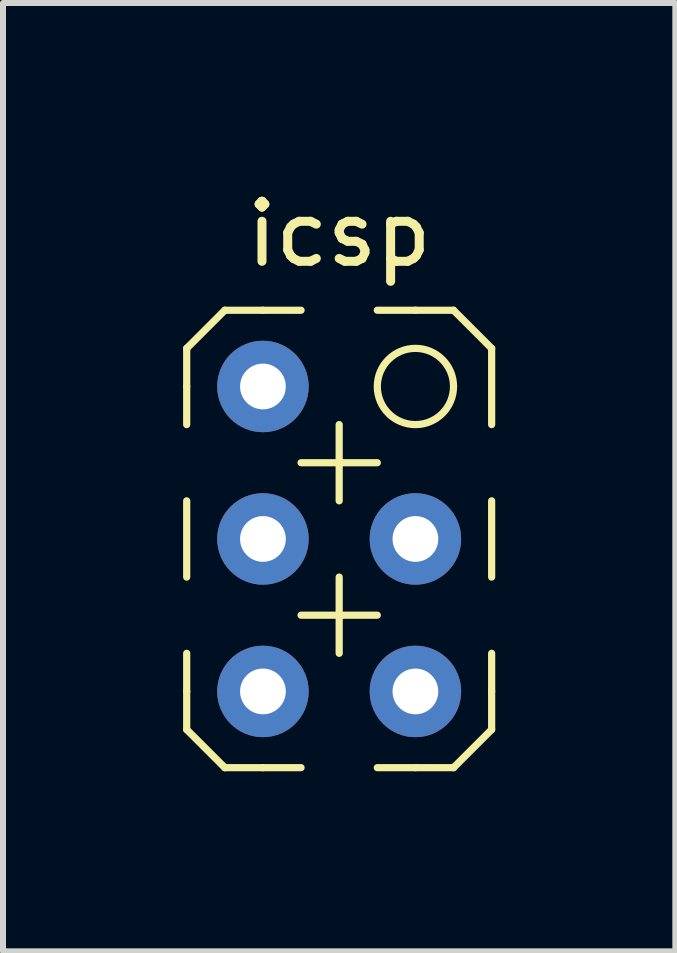
<source format=kicad_pcb>
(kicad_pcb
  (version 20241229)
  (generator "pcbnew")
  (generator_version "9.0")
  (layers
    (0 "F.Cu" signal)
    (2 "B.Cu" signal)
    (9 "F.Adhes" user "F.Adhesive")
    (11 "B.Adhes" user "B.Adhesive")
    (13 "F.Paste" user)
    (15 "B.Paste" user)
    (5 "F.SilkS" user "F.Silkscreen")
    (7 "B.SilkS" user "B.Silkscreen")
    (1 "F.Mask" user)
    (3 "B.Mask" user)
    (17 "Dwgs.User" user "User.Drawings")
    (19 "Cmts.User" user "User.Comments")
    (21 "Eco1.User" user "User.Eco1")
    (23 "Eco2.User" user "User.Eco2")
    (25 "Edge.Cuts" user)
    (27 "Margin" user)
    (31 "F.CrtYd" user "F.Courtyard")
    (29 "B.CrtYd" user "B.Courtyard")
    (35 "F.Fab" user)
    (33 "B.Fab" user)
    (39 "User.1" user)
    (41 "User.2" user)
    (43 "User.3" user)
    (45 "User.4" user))
  (footprint "icsp"
    (layer "F.Cu")
    (at 2.6 5.928)
    (property "Reference" "icsp" (at 0 -5.08 0) (layer "F.SilkS") (effects (font (size 1 1) (thickness 0.15))))
    (attr through_hole)
    (fp_line (start -2.54 -3.175) (end -2.54 -2.54) (stroke (width 0.12) (type solid)) (layer "F.SilkS"))
    (fp_line (start -2.54 -2.54) (end -2.54 -1.905) (stroke (width 0.12) (type solid)) (layer "F.SilkS"))
    (fp_line (start -2.54 -0.635) (end -2.54 0.635) (stroke (width 0.12) (type solid)) (layer "F.SilkS"))
    (fp_line (start -2.54 2.54) (end -2.54 1.905) (stroke (width 0.12) (type solid)) (layer "F.SilkS"))
    (fp_line (start -2.54 2.54) (end -2.54 3.175) (stroke (width 0.12) (type solid)) (layer "F.SilkS"))
    (fp_line (start -2.54 3.175) (end -1.905 3.81) (stroke (width 0.12) (type solid)) (layer "F.SilkS"))
    (fp_line (start -1.905 -3.81) (end -2.54 -3.175) (stroke (width 0.12) (type solid)) (layer "F.SilkS"))
    (fp_line (start -1.905 3.81) (end -1.27 3.81) (stroke (width 0.12) (type solid)) (layer "F.SilkS"))
    (fp_line (start -1.27 -3.81) (end -1.905 -3.81) (stroke (width 0.12) (type solid)) (layer "F.SilkS"))
    (fp_line (start -1.27 -3.81) (end -0.635 -3.81) (stroke (width 0.12) (type solid)) (layer "F.SilkS"))
    (fp_line (start -1.27 3.81) (end -0.635 3.81) (stroke (width 0.12) (type solid)) (layer "F.SilkS"))
    (fp_line (start -0.635 -1.27) (end 0.635 -1.27) (stroke (width 0.12) (type solid)) (layer "F.SilkS"))
    (fp_line (start -0.635 1.27) (end 0.635 1.27) (stroke (width 0.12) (type solid)) (layer "F.SilkS"))
    (fp_line (start 0 -1.905) (end 0 -1.27) (stroke (width 0.12) (type solid)) (layer "F.SilkS"))
    (fp_line (start 0 -1.27) (end 0 -0.635) (stroke (width 0.12) (type solid)) (layer "F.SilkS"))
    (fp_line (start 0 0.635) (end 0 1.905) (stroke (width 0.12) (type solid)) (layer "F.SilkS"))
    (fp_line (start 1.27 -3.81) (end 0.635 -3.81) (stroke (width 0.12) (type solid)) (layer "F.SilkS"))
    (fp_line (start 1.27 -3.81) (end 1.905 -3.81) (stroke (width 0.12) (type solid)) (layer "F.SilkS"))
    (fp_line (start 1.27 3.81) (end 0.635 3.81) (stroke (width 0.12) (type solid)) (layer "F.SilkS"))
    (fp_line (start 1.27 3.81) (end 1.905 3.81) (stroke (width 0.12) (type solid)) (layer "F.SilkS"))
    (fp_line (start 1.905 -3.81) (end 2.54 -3.175) (stroke (width 0.12) (type solid)) (layer "F.SilkS"))
    (fp_line (start 1.905 3.81) (end 2.54 3.175) (stroke (width 0.12) (type solid)) (layer "F.SilkS"))
    (fp_line (start 2.54 -3.175) (end 2.54 -1.905) (stroke (width 0.12) (type solid)) (layer "F.SilkS"))
    (fp_line (start 2.54 0.635) (end 2.54 -0.635) (stroke (width 0.12) (type solid)) (layer "F.SilkS"))
    (fp_line (start 2.54 2.54) (end 2.54 1.905) (stroke (width 0.12) (type solid)) (layer "F.SilkS"))
    (fp_line (start 2.54 3.175) (end 2.54 2.54) (stroke (width 0.12) (type solid)) (layer "F.SilkS"))
    (fp_circle (center 1.27 -2.54) (end 1.27 -1.905) (stroke (width 0.12) (type solid)) (fill no) (layer "F.SilkS"))
    (pad "1" thru_hole circle (at -1.27 -2.54) (size 1.524 1.524) (drill 0.762) (layers "*.Cu" "*.Mask"))
    (pad "2" thru_hole circle (at -1.27 0) (size 1.524 1.524) (drill 0.762) (layers "*.Cu" "*.Mask"))
    (pad "3" thru_hole circle (at -1.27 2.54) (size 1.524 1.524) (drill 0.762) (layers "*.Cu" "*.Mask"))
    (pad "4" thru_hole circle (at 1.27 2.54) (size 1.524 1.524) (drill 0.762) (layers "*.Cu" "*.Mask"))
    (pad "5" thru_hole circle (at 1.27 0) (size 1.524 1.524) (drill 0.762) (layers "*.Cu" "*.Mask")))
  (gr_rect
    (start -3 -3)
    (end 8.2 12.798)
    (stroke (width 0.1) (type default))
    (fill no)
    (layer "Edge.Cuts")))
</source>
